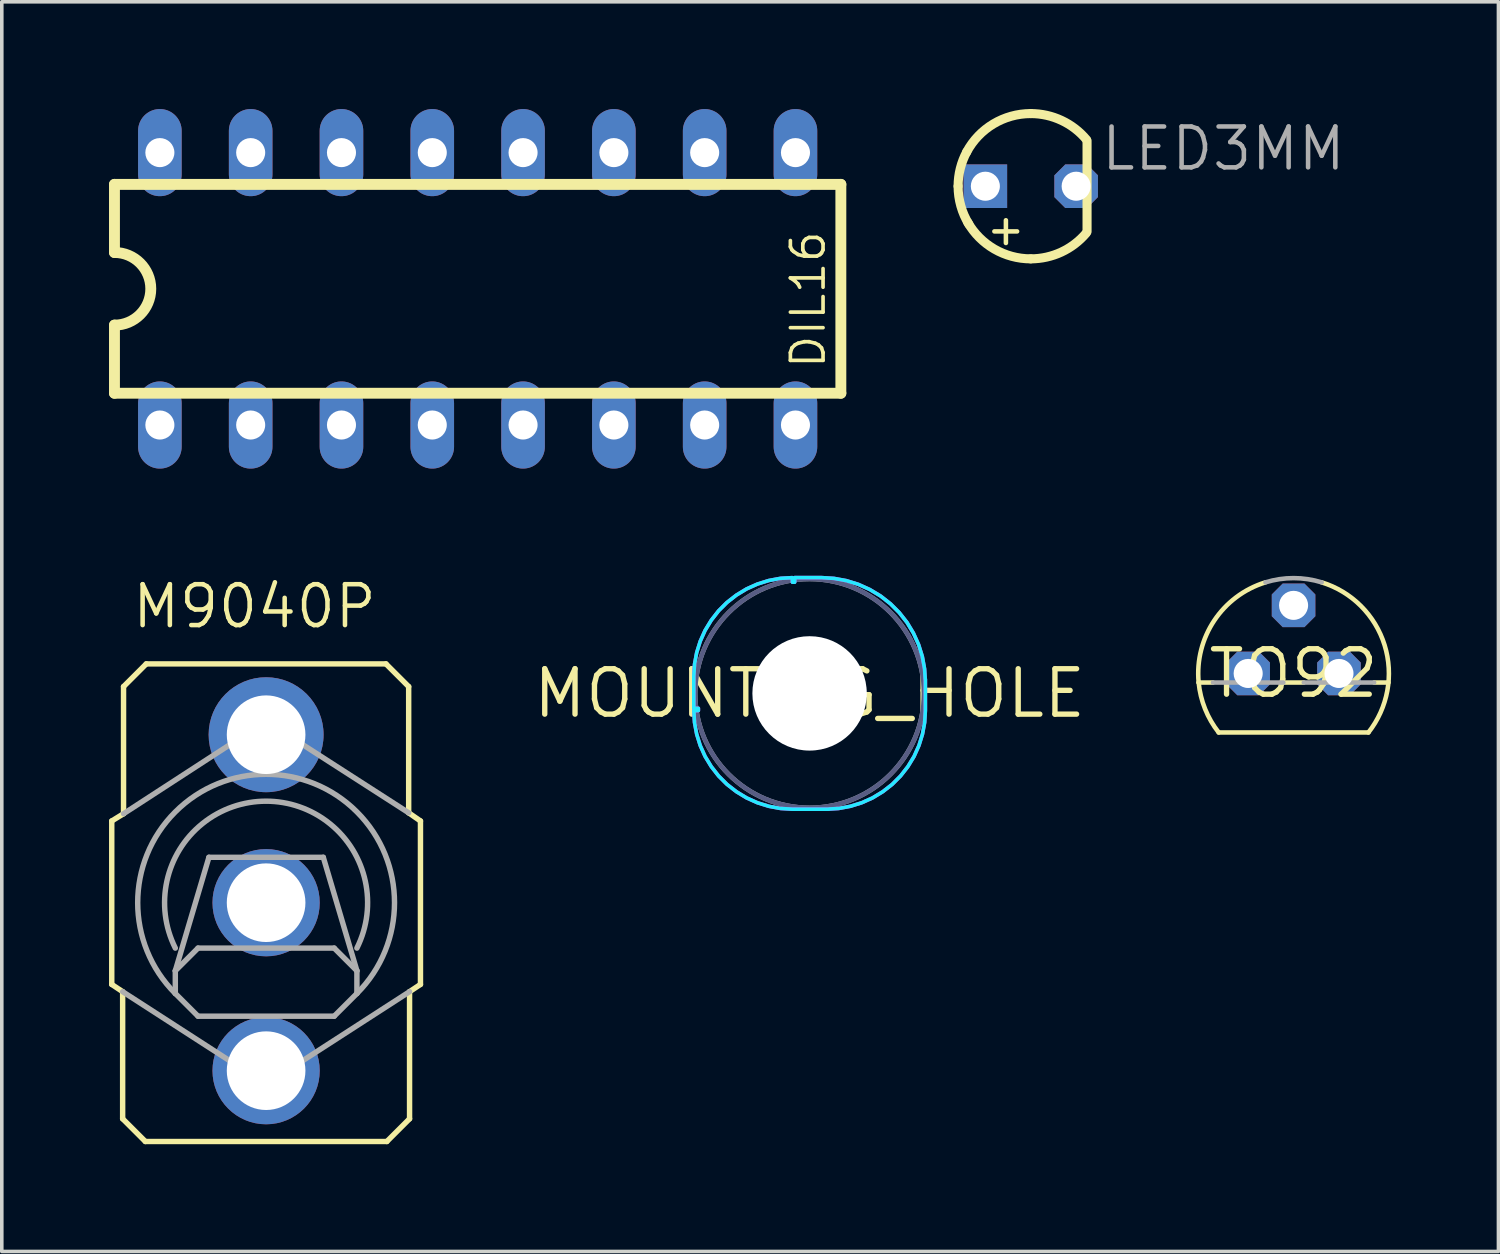
<source format=kicad_pcb>
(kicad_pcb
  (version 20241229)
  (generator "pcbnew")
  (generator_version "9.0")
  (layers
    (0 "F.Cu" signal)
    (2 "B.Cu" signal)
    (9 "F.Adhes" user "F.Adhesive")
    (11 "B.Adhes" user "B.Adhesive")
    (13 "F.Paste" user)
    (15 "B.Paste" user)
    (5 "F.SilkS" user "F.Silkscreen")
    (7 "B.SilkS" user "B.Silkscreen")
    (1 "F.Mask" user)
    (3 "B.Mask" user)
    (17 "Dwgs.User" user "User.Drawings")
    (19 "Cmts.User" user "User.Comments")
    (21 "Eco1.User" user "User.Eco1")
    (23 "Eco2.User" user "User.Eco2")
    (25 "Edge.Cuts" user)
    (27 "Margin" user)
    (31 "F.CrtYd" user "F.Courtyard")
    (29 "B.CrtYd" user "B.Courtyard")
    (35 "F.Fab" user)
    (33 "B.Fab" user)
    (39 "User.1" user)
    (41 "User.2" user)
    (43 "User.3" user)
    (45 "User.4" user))
  (footprint "MOUNTING_HOLE"
    (layer "F.Cu")
    (at 19.597 16.347)
    (property "Reference" "MOUNTING_HOLE" (at 0 0 0) (layer "F.SilkS") (effects (font (size 1.27 1.27) (thickness 0.15))))
    (fp_poly (pts (xy 0.685 -3.217) (xy 1.03 -3.154) (xy 1.365 -3.05) (xy 1.684 -2.906) (xy 1.985 -2.725) (xy 2.261 -2.508) (xy 2.508 -2.261) (xy 2.725 -1.985) (xy 2.906 -1.684) (xy 3.05 -1.365) (xy 3.154 -1.03) (xy 3.217 -0.685) (xy 3.235 -0.399) (xy 3.239 -0.399) (xy 3.239 0.483) (xy 3.219 0.813) (xy 3.158 1.141) (xy 3.059 1.459) (xy 2.923 1.762) (xy 2.75 2.047) (xy 2.545 2.31) (xy 2.31 2.545) (xy 2.047 2.75) (xy 1.762 2.923) (xy 1.459 3.059) (xy 1.141 3.158) (xy 0.813 3.219) (xy 0.544 3.235) (xy 0.544 3.239) (xy -0.483 3.239) (xy -0.813 3.219) (xy -1.141 3.158) (xy -1.459 3.059) (xy -1.762 2.923) (xy -2.047 2.75) (xy -2.31 2.545) (xy -2.545 2.31) (xy -2.75 2.047) (xy -2.923 1.762) (xy -3.059 1.459) (xy -3.158 1.141) (xy -3.219 0.813) (xy -3.238 0.485) (xy -3.175 0.481) (xy -3.111 0.481) (xy -3.111 0.417) (xy -3.239 0.417) (xy -3.239 -0.483) (xy -3.219 -0.813) (xy -3.158 -1.141) (xy -3.059 -1.459) (xy -2.923 -1.762) (xy -2.75 -2.047) (xy -2.545 -2.31) (xy -2.31 -2.545) (xy -2.047 -2.75) (xy -1.762 -2.923) (xy -1.459 -3.059) (xy -1.141 -3.158) (xy -0.813 -3.219) (xy -0.485 -3.238) (xy -0.481 -3.175) (xy -0.481 -3.111) (xy -0.417 -3.111) (xy -0.417 -3.239) (xy 0.337 -3.239)) (stroke (width 0.1) (type solid)) (fill no) (layer "B.CrtYd"))
    (fp_poly (pts (xy 0.685 -3.217) (xy 1.03 -3.154) (xy 1.365 -3.05) (xy 1.684 -2.906) (xy 1.985 -2.725) (xy 2.261 -2.508) (xy 2.508 -2.261) (xy 2.725 -1.985) (xy 2.906 -1.684) (xy 3.05 -1.365) (xy 3.154 -1.03) (xy 3.217 -0.685) (xy 3.235 -0.399) (xy 3.239 -0.399) (xy 3.239 0.483) (xy 3.219 0.813) (xy 3.158 1.141) (xy 3.059 1.459) (xy 2.923 1.762) (xy 2.75 2.047) (xy 2.545 2.31) (xy 2.31 2.545) (xy 2.047 2.75) (xy 1.762 2.923) (xy 1.459 3.059) (xy 1.141 3.158) (xy 0.813 3.219) (xy 0.544 3.235) (xy 0.544 3.239) (xy -0.483 3.239) (xy -0.813 3.219) (xy -1.141 3.158) (xy -1.459 3.059) (xy -1.762 2.923) (xy -2.047 2.75) (xy -2.31 2.545) (xy -2.545 2.31) (xy -2.75 2.047) (xy -2.923 1.762) (xy -3.059 1.459) (xy -3.158 1.141) (xy -3.219 0.813) (xy -3.238 0.485) (xy -3.175 0.481) (xy -3.111 0.481) (xy -3.111 0.417) (xy -3.239 0.417) (xy -3.239 -0.483) (xy -3.219 -0.813) (xy -3.158 -1.141) (xy -3.059 -1.459) (xy -2.923 -1.762) (xy -2.75 -2.047) (xy -2.545 -2.31) (xy -2.31 -2.545) (xy -2.047 -2.75) (xy -1.762 -2.923) (xy -1.459 -3.059) (xy -1.141 -3.158) (xy -0.813 -3.219) (xy -0.485 -3.238) (xy -0.481 -3.175) (xy -0.481 -3.111) (xy -0.417 -3.111) (xy -0.417 -3.239) (xy 0.337 -3.239)) (stroke (width 0.1) (type solid)) (fill no) (layer "F.CrtYd"))
    (fp_circle (center 0 0) (end 3.2 0) (stroke (width 0.127) (type solid)) (fill no) (layer "B.Fab"))
    (fp_circle (center 0 0) (end 3.2 0) (stroke (width 0.127) (type solid)) (fill no) (layer "F.Fab"))
    (pad "" np_thru_hole circle (at 0 0) (size 3.2 3.2) (drill 3.2) (layers "*.Cu" "*.Mask"))
    (zone (net_name "") (layer "F.Cu") (hatch edge 0.508) (connect_pads) (min_thickness 0.254) (filled_areas_thickness no) (keepout (tracks not_allowed) (vias not_allowed) (pads not_allowed) (copperpour not_allowed) (footprints allowed)) (placement (enabled no)) (fill) (polygon (pts (xy 19.932 13.172) (xy 19.116 13.172) (xy 19.116 13.172) (xy 18.791 13.192) (xy 18.471 13.25) (xy 18.161 13.347) (xy 17.864 13.48) (xy 17.586 13.649) (xy 17.33 13.849) (xy 17.1 14.079) (xy 16.899 14.336) (xy 16.731 14.614) (xy 16.597 14.911) (xy 16.5 15.221) (xy 16.442 15.541) (xy 16.422 15.866) (xy 16.422 16.828) (xy 16.422 16.828) (xy 16.442 17.153) (xy 16.5 17.473) (xy 16.597 17.783) (xy 16.731 18.08) (xy 16.899 18.358) (xy 17.1 18.614) (xy 17.33 18.844) (xy 17.586 19.045) (xy 17.864 19.213) (xy 18.161 19.347) (xy 18.471 19.444) (xy 18.791 19.502) (xy 19.116 19.522) (xy 20.078 19.522) (xy 20.078 19.522) (xy 20.403 19.502) (xy 20.723 19.444) (xy 21.033 19.347) (xy 21.33 19.213) (xy 21.608 19.045) (xy 21.865 18.844) (xy 22.095 18.614) (xy 22.295 18.358) (xy 22.464 18.08) (xy 22.597 17.783) (xy 22.694 17.473) (xy 22.752 17.153) (xy 22.772 16.828) (xy 22.772 16.012) (xy 22.772 16.012) (xy 22.751 15.669) (xy 22.69 15.332) (xy 22.588 15.005) (xy 22.447 14.692) (xy 22.269 14.399) (xy 22.058 14.129) (xy 21.815 13.886) (xy 21.546 13.675) (xy 21.252 13.497) (xy 20.939 13.356) (xy 20.612 13.254) (xy 20.275 13.193))))
    (zone (net_name "") (layer "B.Cu") (hatch edge 0.508) (connect_pads) (min_thickness 0.254) (filled_areas_thickness no) (keepout (tracks not_allowed) (vias not_allowed) (pads not_allowed) (copperpour not_allowed) (footprints allowed)) (placement (enabled no)) (fill) (polygon (pts (xy 19.932 13.172) (xy 19.116 13.172) (xy 19.116 13.172) (xy 18.791 13.192) (xy 18.471 13.25) (xy 18.161 13.347) (xy 17.864 13.48) (xy 17.586 13.649) (xy 17.33 13.849) (xy 17.1 14.079) (xy 16.899 14.336) (xy 16.731 14.614) (xy 16.597 14.911) (xy 16.5 15.221) (xy 16.442 15.541) (xy 16.422 15.866) (xy 16.422 16.828) (xy 16.422 16.828) (xy 16.442 17.153) (xy 16.5 17.473) (xy 16.597 17.783) (xy 16.731 18.08) (xy 16.899 18.358) (xy 17.1 18.614) (xy 17.33 18.844) (xy 17.586 19.045) (xy 17.864 19.213) (xy 18.161 19.347) (xy 18.471 19.444) (xy 18.791 19.502) (xy 19.116 19.522) (xy 20.078 19.522) (xy 20.078 19.522) (xy 20.403 19.502) (xy 20.723 19.444) (xy 21.033 19.347) (xy 21.33 19.213) (xy 21.608 19.045) (xy 21.865 18.844) (xy 22.095 18.614) (xy 22.295 18.358) (xy 22.464 18.08) (xy 22.597 17.783) (xy 22.694 17.473) (xy 22.752 17.153) (xy 22.772 16.828) (xy 22.772 16.012) (xy 22.772 16.012) (xy 22.751 15.669) (xy 22.69 15.332) (xy 22.588 15.005) (xy 22.447 14.692) (xy 22.269 14.399) (xy 22.058 14.129) (xy 21.815 13.886) (xy 21.546 13.675) (xy 21.252 13.497) (xy 20.939 13.356) (xy 20.612 13.254) (xy 20.275 13.193)))))
  (footprint "DIL16"
    (layer "F.Cu")
    (at 10.312 5.029)
    (property "Reference" "DIL16" (at 9.779 2.286 90) (layer "F.SilkS") (effects (font (size 0.914 0.914) (thickness 0.102)) (justify left bottom)))
    (fp_line (start -10.16 -2.921) (end -10.16 -1.016) (stroke (width 0.305) (type solid)) (layer "F.SilkS"))
    (fp_line (start -10.16 2.921) (end -10.16 1.016) (stroke (width 0.305) (type solid)) (layer "F.SilkS"))
    (fp_line (start -10.16 2.921) (end 10.16 2.921) (stroke (width 0.305) (type solid)) (layer "F.SilkS"))
    (fp_line (start 10.16 -2.921) (end -10.16 -2.921) (stroke (width 0.305) (type solid)) (layer "F.SilkS"))
    (fp_line (start 10.16 -2.921) (end 10.16 2.921) (stroke (width 0.305) (type solid)) (layer "F.SilkS"))
    (fp_arc (start -10.16 -1.016) (mid -9.144 0) (end -10.16 1.016) (stroke (width 0.3048) (type solid)) (layer "F.SilkS"))
    (pad "1" thru_hole oval (at -8.89 3.81 90) (size 2.438 1.219) (drill 0.813) (layers "*.Cu" "*.Mask"))
    (pad "2" thru_hole oval (at -6.35 3.81 90) (size 2.438 1.219) (drill 0.813) (layers "*.Cu" "*.Mask"))
    (pad "3" thru_hole oval (at -3.81 3.81 90) (size 2.438 1.219) (drill 0.813) (layers "*.Cu" "*.Mask"))
    (pad "4" thru_hole oval (at -1.27 3.81 90) (size 2.438 1.219) (drill 0.813) (layers "*.Cu" "*.Mask"))
    (pad "5" thru_hole oval (at 1.27 3.81 90) (size 2.438 1.219) (drill 0.813) (layers "*.Cu" "*.Mask"))
    (pad "6" thru_hole oval (at 3.81 3.81 90) (size 2.438 1.219) (drill 0.813) (layers "*.Cu" "*.Mask"))
    (pad "7" thru_hole oval (at 6.35 3.81 90) (size 2.438 1.219) (drill 0.813) (layers "*.Cu" "*.Mask"))
    (pad "8" thru_hole oval (at 8.89 3.81 90) (size 2.438 1.219) (drill 0.813) (layers "*.Cu" "*.Mask"))
    (pad "9" thru_hole oval (at 8.89 -3.81 90) (size 2.438 1.219) (drill 0.813) (layers "*.Cu" "*.Mask"))
    (pad "10" thru_hole oval (at 6.35 -3.81 90) (size 2.438 1.219) (drill 0.813) (layers "*.Cu" "*.Mask"))
    (pad "11" thru_hole oval (at 3.81 -3.81 90) (size 2.438 1.219) (drill 0.813) (layers "*.Cu" "*.Mask"))
    (pad "12" thru_hole oval (at 1.27 -3.81 90) (size 2.438 1.219) (drill 0.813) (layers "*.Cu" "*.Mask"))
    (pad "13" thru_hole oval (at -1.27 -3.81 90) (size 2.438 1.219) (drill 0.813) (layers "*.Cu" "*.Mask"))
    (pad "14" thru_hole oval (at -3.81 -3.81 90) (size 2.438 1.219) (drill 0.813) (layers "*.Cu" "*.Mask"))
    (pad "15" thru_hole oval (at -6.35 -3.81 90) (size 2.438 1.219) (drill 0.813) (layers "*.Cu" "*.Mask"))
    (pad "16" thru_hole oval (at -8.89 -3.81 270) (size 2.438 1.219) (drill 0.813) (layers "*.Cu" "*.Mask")))
  (footprint "M9040P"
    (layer "F.Cu")
    (at 4.394 22.202)
    (property "Reference" "M9040P" (at -3.81 -7.62 0) (layer "F.SilkS") (effects (font (size 1.143 1.143) (thickness 0.127)) (justify left bottom)))
    (fp_line (start -4.318 -2.286) (end -4.318 2.286) (stroke (width 0.152) (type solid)) (layer "F.SilkS"))
    (fp_line (start -4.318 2.286) (end -4.013 2.489) (stroke (width 0.152) (type solid)) (layer "F.SilkS"))
    (fp_line (start -4.013 6.045) (end -4.013 2.489) (stroke (width 0.152) (type solid)) (layer "F.SilkS"))
    (fp_line (start -4.013 6.045) (end -3.378 6.68) (stroke (width 0.152) (type solid)) (layer "F.SilkS"))
    (fp_line (start -3.988 -2.489) (end -4.318 -2.286) (stroke (width 0.152) (type solid)) (layer "F.SilkS"))
    (fp_line (start -3.988 -2.489) (end -3.988 -6.045) (stroke (width 0.152) (type solid)) (layer "F.SilkS"))
    (fp_line (start -3.353 -6.68) (end -3.988 -6.045) (stroke (width 0.152) (type solid)) (layer "F.SilkS"))
    (fp_line (start -3.353 -6.68) (end 3.353 -6.68) (stroke (width 0.152) (type solid)) (layer "F.SilkS"))
    (fp_line (start 3.378 6.68) (end -3.378 6.68) (stroke (width 0.152) (type solid)) (layer "F.SilkS"))
    (fp_line (start 3.378 6.68) (end 4.013 6.045) (stroke (width 0.152) (type solid)) (layer "F.SilkS"))
    (fp_line (start 3.988 -6.045) (end 3.353 -6.68) (stroke (width 0.152) (type solid)) (layer "F.SilkS"))
    (fp_line (start 3.988 -6.045) (end 3.988 -2.515) (stroke (width 0.152) (type solid)) (layer "F.SilkS"))
    (fp_line (start 4.013 2.489) (end 4.318 2.286) (stroke (width 0.152) (type solid)) (layer "F.SilkS"))
    (fp_line (start 4.013 6.045) (end 4.013 2.489) (stroke (width 0.152) (type solid)) (layer "F.SilkS"))
    (fp_line (start 4.318 -2.286) (end 3.988 -2.515) (stroke (width 0.152) (type solid)) (layer "F.SilkS"))
    (fp_line (start 4.318 -2.286) (end 4.318 2.286) (stroke (width 0.152) (type solid)) (layer "F.SilkS"))
    (fp_line (start -4.013 2.489) (end 0 5.08) (stroke (width 0.152) (type solid)) (layer "F.Fab"))
    (fp_line (start -2.54 2.54) (end -2.54 1.905) (stroke (width 0.152) (type solid)) (layer "F.Fab"))
    (fp_line (start -2.54 2.54) (end -1.905 3.175) (stroke (width 0.152) (type solid)) (layer "F.Fab"))
    (fp_line (start -1.905 1.27) (end -2.54 1.905) (stroke (width 0.152) (type solid)) (layer "F.Fab"))
    (fp_line (start -1.905 1.27) (end 1.905 1.27) (stroke (width 0.152) (type solid)) (layer "F.Fab"))
    (fp_line (start -1.6 -1.27) (end -2.54 1.905) (stroke (width 0.152) (type solid)) (layer "F.Fab"))
    (fp_line (start -1.6 -1.27) (end 1.6 -1.27) (stroke (width 0.152) (type solid)) (layer "F.Fab"))
    (fp_line (start 0 -5.08) (end -3.988 -2.489) (stroke (width 0.152) (type solid)) (layer "F.Fab"))
    (fp_line (start 0 5.08) (end 4.013 2.489) (stroke (width 0.152) (type solid)) (layer "F.Fab"))
    (fp_line (start 1.6 -1.27) (end 2.54 1.905) (stroke (width 0.152) (type solid)) (layer "F.Fab"))
    (fp_line (start 1.905 1.27) (end 2.54 1.905) (stroke (width 0.152) (type solid)) (layer "F.Fab"))
    (fp_line (start 1.905 3.175) (end -1.905 3.175) (stroke (width 0.152) (type solid)) (layer "F.Fab"))
    (fp_line (start 1.905 3.175) (end 2.54 2.54) (stroke (width 0.152) (type solid)) (layer "F.Fab"))
    (fp_line (start 2.54 1.905) (end 2.54 2.54) (stroke (width 0.152) (type solid)) (layer "F.Fab"))
    (fp_line (start 3.988 -2.515) (end 0 -5.08) (stroke (width 0.152) (type solid)) (layer "F.Fab"))
    (fp_arc (start -2.54 1.27) (mid 0 -2.839806) (end 2.54 1.27) (stroke (width 0.1524) (type solid)) (layer "F.Fab"))
    (fp_arc (start -2.54 2.54) (mid 0 -3.592102) (end 2.54 2.54) (stroke (width 0.1524) (type solid)) (layer "F.Fab"))
    (pad "1" thru_hole circle (at 0 -4.699) (size 3.216 3.216) (drill 2.2) (layers "*.Cu" "*.Mask"))
    (pad "2" thru_hole circle (at 0 0) (size 3 3) (drill 2.2) (layers "*.Cu" "*.Mask"))
    (pad "3" thru_hole circle (at 0 4.699) (size 3 3) (drill 2.2) (layers "*.Cu" "*.Mask")))
  (footprint "LED3MM"
    (layer "F.Cu")
    (at 25.784 2.159)
    (property "Reference" "LED3MM" (at 1.905 -0.381 0) (layer "F.Fab") (effects (font (size 1.143 1.143) (thickness 0.127)) (justify left bottom)))
    (fp_line (start -0.695 1.588) (end -0.695 0.953) (stroke (width 0.127) (type solid)) (layer "F.SilkS"))
    (fp_line (start -0.382 1.264) (end -1.017 1.264) (stroke (width 0.127) (type solid)) (layer "F.SilkS"))
    (fp_line (start 1.575 1.27) (end 1.575 -1.27) (stroke (width 0.254) (type solid)) (layer "F.SilkS"))
    (fp_arc (start -2.032 0) (mid -1.970339 -0.496775) (end -1.7891 -0.9634) (stroke (width 0.254) (type solid)) (layer "F.SilkS"))
    (fp_arc (start -1.7929 -0.9562) (mid -1.045438 -1.7424) (end 0 -2.032) (stroke (width 0.254) (type solid)) (layer "F.SilkS"))
    (fp_arc (start -1.7306 1.065) (mid -1.95521 0.553417) (end -2.032 0) (stroke (width 0.254) (type solid)) (layer "F.SilkS"))
    (fp_arc (start 0 -2.032) (mid 0.861864 -1.840173) (end 1.561 -1.3009) (stroke (width 0.254) (type solid)) (layer "F.SilkS"))
    (fp_arc (start 0 2.032) (mid -1.019924 1.757525) (end -1.7643 1.0082) (stroke (width 0.254) (type solid)) (layer "F.SilkS"))
    (fp_arc (start 1.5512 1.3126) (mid 0.854953 1.843405) (end 0 2.032) (stroke (width 0.254) (type solid)) (layer "F.SilkS"))
    (pad "A" thru_hole rect (at -1.27 0) (size 1.219 1.219) (drill 0.813) (layers "*.Cu" "*.Mask"))
    (pad "K" thru_hole roundrect (at 1.27 0) (size 1.219 1.219) (drill 0.813) (layers "*.Cu" "*.Mask") (roundrect_rratio 0.25) (chamfer_ratio 0.25) (chamfer top_left top_right bottom_left bottom_right)))
  (footprint "TO92"
    (layer "F.Cu")
    (at 33.136 15.789)
    (property "Reference" "TO92" (at 0 0 0) (layer "F.SilkS") (effects (font (size 1.27 1.27) (thickness 0.15))))
    (fp_line (start -2.655 0.254) (end -2.254 0.254) (stroke (width 0.127) (type solid)) (layer "F.SilkS"))
    (fp_line (start -2.095 1.651) (end 2.095 1.651) (stroke (width 0.127) (type solid)) (layer "F.SilkS"))
    (fp_line (start -0.286 0.254) (end 0.286 0.254) (stroke (width 0.127) (type solid)) (layer "F.SilkS"))
    (fp_line (start 2.254 0.254) (end 2.655 0.254) (stroke (width 0.127) (type solid)) (layer "F.SilkS"))
    (fp_arc (start -2.6549 0.254) (mid -2.219001 -1.479566) (end -0.786299 -2.548501) (stroke (width 0.127) (type solid)) (layer "F.SilkS"))
    (fp_arc (start -2.0946 1.651) (mid -2.475347 0.992847) (end -2.654901 0.254) (stroke (width 0.127) (type solid)) (layer "F.SilkS"))
    (fp_arc (start 0.7863 -2.5484) (mid 2.546275 -0.793203) (end 2.094499 1.651) (stroke (width 0.127) (type solid)) (layer "F.SilkS"))
    (fp_line (start -2.254 0.254) (end -0.286 0.254) (stroke (width 0.127) (type solid)) (layer "F.Fab"))
    (fp_line (start 0.286 0.254) (end 2.254 0.254) (stroke (width 0.127) (type solid)) (layer "F.Fab"))
    (fp_arc (start -0.7863 -2.5485) (mid 0 -2.667043) (end 0.7863 -2.5485) (stroke (width 0.127) (type solid)) (layer "F.Fab"))
    (pad "1" thru_hole roundrect (at 1.27 0) (size 1.219 1.219) (drill 0.813) (layers "*.Cu" "*.Mask") (roundrect_rratio 0.25) (chamfer_ratio 0.25) (chamfer top_left top_right bottom_left bottom_right))
    (pad "2" thru_hole roundrect (at 0 -1.905) (size 1.219 1.219) (drill 0.813) (layers "*.Cu" "*.Mask") (roundrect_rratio 0.25) (chamfer_ratio 0.25) (chamfer top_left top_right bottom_left bottom_right))
    (pad "3" thru_hole roundrect (at -1.27 0) (size 1.219 1.219) (drill 0.813) (layers "*.Cu" "*.Mask") (roundrect_rratio 0.25) (chamfer_ratio 0.25) (chamfer top_left top_right bottom_left bottom_right)))
  (gr_rect
    (start -3 -3)
    (end 38.867 31.959)
    (stroke (width 0.1) (type default))
    (fill no)
    (layer "Edge.Cuts")))
</source>
